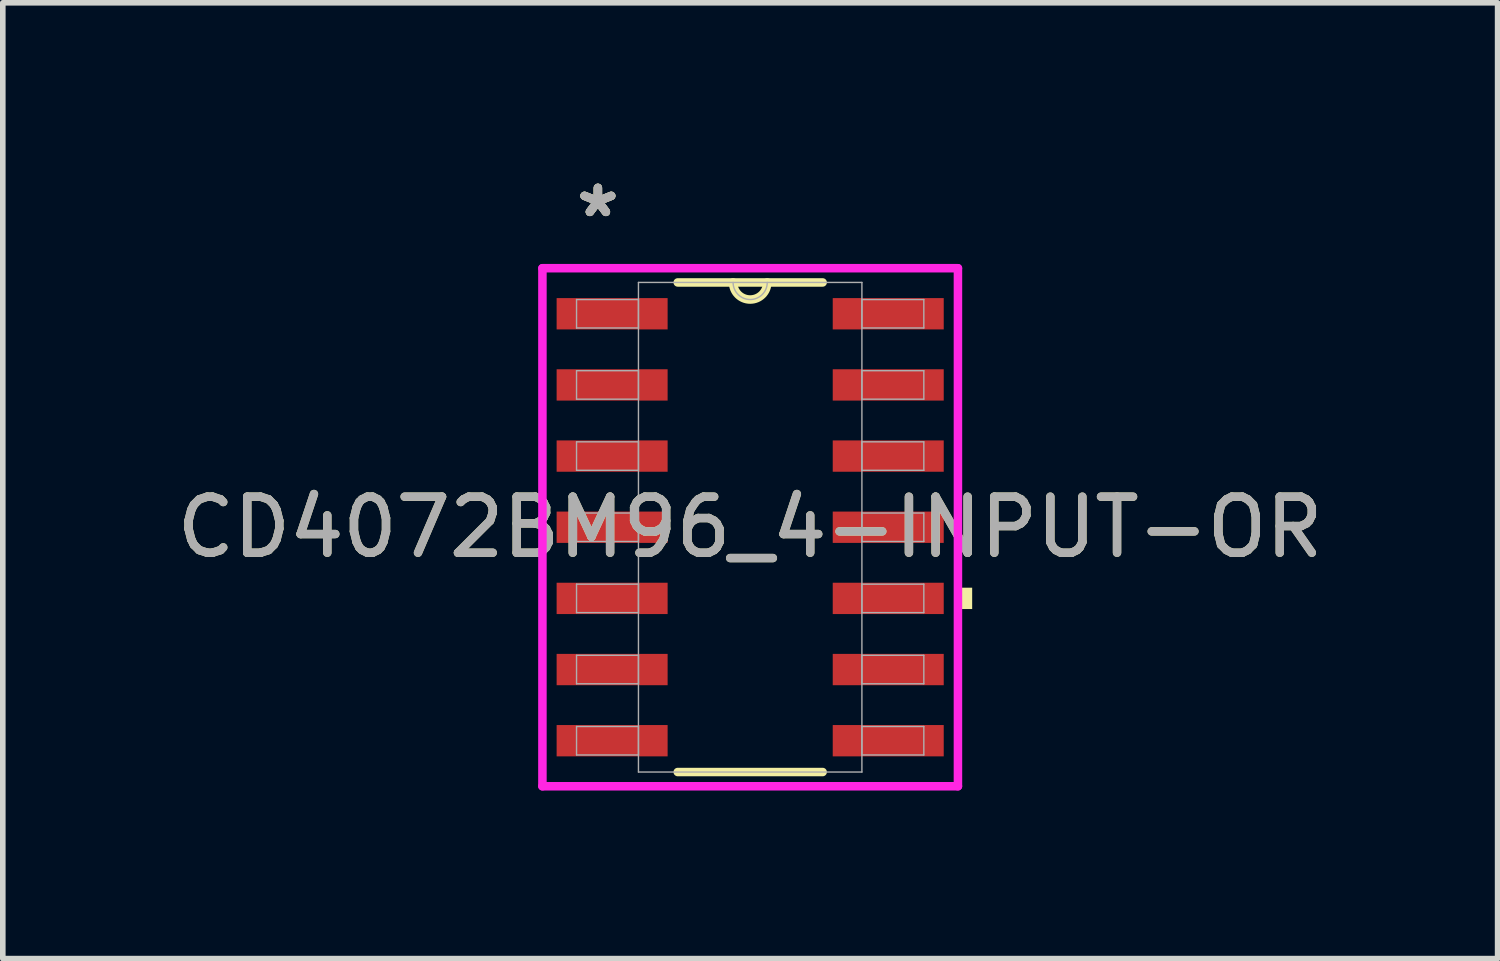
<source format=kicad_pcb>
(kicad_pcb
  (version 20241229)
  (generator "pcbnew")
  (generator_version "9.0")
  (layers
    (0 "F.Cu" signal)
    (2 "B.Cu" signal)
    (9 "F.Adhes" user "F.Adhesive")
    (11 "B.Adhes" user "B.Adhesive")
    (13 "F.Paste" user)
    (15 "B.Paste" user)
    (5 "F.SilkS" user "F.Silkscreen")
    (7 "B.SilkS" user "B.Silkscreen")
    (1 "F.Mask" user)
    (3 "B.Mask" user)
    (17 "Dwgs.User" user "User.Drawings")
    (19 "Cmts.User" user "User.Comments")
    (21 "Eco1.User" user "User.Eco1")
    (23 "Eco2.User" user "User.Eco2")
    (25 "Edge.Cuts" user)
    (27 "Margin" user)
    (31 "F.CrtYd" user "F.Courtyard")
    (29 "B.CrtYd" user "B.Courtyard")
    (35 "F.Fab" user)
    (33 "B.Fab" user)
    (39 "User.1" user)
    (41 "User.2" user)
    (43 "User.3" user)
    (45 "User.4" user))
  (footprint "CD4072BM96_4-INPUT-OR"
    (layer "F.Cu")
    (at 10.339 6.36)
    (property "Reference" "CD4072BM96_4-INPUT-OR" (at 0 0 0) (unlocked yes) (layer "F.SilkS") (effects (font (size 1 1) (thickness 0.15))))
    (attr smd)
    (fp_line (start -1.293 4.369) (end 1.293 4.369) (stroke (width 0.152) (type solid)) (layer "F.SilkS"))
    (fp_line (start 1.293 -4.369) (end -1.293 -4.369) (stroke (width 0.152) (type solid)) (layer "F.SilkS"))
    (fp_arc (start 0.3048 -4.3688) (mid 0 -4.064) (end -0.3048 -4.3688) (stroke (width 0.1524) (type solid)) (layer "F.SilkS"))
    (fp_poly (pts (xy 3.962 1.079) (xy 3.962 1.46) (xy 3.708 1.46) (xy 3.708 1.079)) (stroke (width 0) (type solid)) (fill yes) (layer "F.SilkS"))
    (fp_line (start -3.708 -4.623) (end 3.708 -4.623) (stroke (width 0.152) (type solid)) (layer "F.CrtYd"))
    (fp_line (start -3.708 4.623) (end -3.708 -4.623) (stroke (width 0.152) (type solid)) (layer "F.CrtYd"))
    (fp_line (start 3.708 -4.623) (end 3.708 4.623) (stroke (width 0.152) (type solid)) (layer "F.CrtYd"))
    (fp_line (start 3.708 4.623) (end -3.708 4.623) (stroke (width 0.152) (type solid)) (layer "F.CrtYd"))
    (fp_line (start -3.099 -4.064) (end -3.099 -3.556) (stroke (width 0.025) (type solid)) (layer "F.Fab"))
    (fp_line (start -3.099 -3.556) (end -1.994 -3.556) (stroke (width 0.025) (type solid)) (layer "F.Fab"))
    (fp_line (start -3.099 -2.794) (end -3.099 -2.286) (stroke (width 0.025) (type solid)) (layer "F.Fab"))
    (fp_line (start -3.099 -2.286) (end -1.994 -2.286) (stroke (width 0.025) (type solid)) (layer "F.Fab"))
    (fp_line (start -3.099 -1.524) (end -3.099 -1.016) (stroke (width 0.025) (type solid)) (layer "F.Fab"))
    (fp_line (start -3.099 -1.016) (end -1.994 -1.016) (stroke (width 0.025) (type solid)) (layer "F.Fab"))
    (fp_line (start -3.099 -0.254) (end -3.099 0.254) (stroke (width 0.025) (type solid)) (layer "F.Fab"))
    (fp_line (start -3.099 0.254) (end -1.994 0.254) (stroke (width 0.025) (type solid)) (layer "F.Fab"))
    (fp_line (start -3.099 1.016) (end -3.099 1.524) (stroke (width 0.025) (type solid)) (layer "F.Fab"))
    (fp_line (start -3.099 1.524) (end -1.994 1.524) (stroke (width 0.025) (type solid)) (layer "F.Fab"))
    (fp_line (start -3.099 2.286) (end -3.099 2.794) (stroke (width 0.025) (type solid)) (layer "F.Fab"))
    (fp_line (start -3.099 2.794) (end -1.994 2.794) (stroke (width 0.025) (type solid)) (layer "F.Fab"))
    (fp_line (start -3.099 3.556) (end -3.099 4.064) (stroke (width 0.025) (type solid)) (layer "F.Fab"))
    (fp_line (start -3.099 4.064) (end -1.994 4.064) (stroke (width 0.025) (type solid)) (layer "F.Fab"))
    (fp_line (start -1.994 -4.369) (end -1.994 4.369) (stroke (width 0.025) (type solid)) (layer "F.Fab"))
    (fp_line (start -1.994 -4.064) (end -3.099 -4.064) (stroke (width 0.025) (type solid)) (layer "F.Fab"))
    (fp_line (start -1.994 -3.556) (end -1.994 -4.064) (stroke (width 0.025) (type solid)) (layer "F.Fab"))
    (fp_line (start -1.994 -2.794) (end -3.099 -2.794) (stroke (width 0.025) (type solid)) (layer "F.Fab"))
    (fp_line (start -1.994 -2.286) (end -1.994 -2.794) (stroke (width 0.025) (type solid)) (layer "F.Fab"))
    (fp_line (start -1.994 -1.524) (end -3.099 -1.524) (stroke (width 0.025) (type solid)) (layer "F.Fab"))
    (fp_line (start -1.994 -1.016) (end -1.994 -1.524) (stroke (width 0.025) (type solid)) (layer "F.Fab"))
    (fp_line (start -1.994 -0.254) (end -3.099 -0.254) (stroke (width 0.025) (type solid)) (layer "F.Fab"))
    (fp_line (start -1.994 0.254) (end -1.994 -0.254) (stroke (width 0.025) (type solid)) (layer "F.Fab"))
    (fp_line (start -1.994 1.016) (end -3.099 1.016) (stroke (width 0.025) (type solid)) (layer "F.Fab"))
    (fp_line (start -1.994 1.524) (end -1.994 1.016) (stroke (width 0.025) (type solid)) (layer "F.Fab"))
    (fp_line (start -1.994 2.286) (end -3.099 2.286) (stroke (width 0.025) (type solid)) (layer "F.Fab"))
    (fp_line (start -1.994 2.794) (end -1.994 2.286) (stroke (width 0.025) (type solid)) (layer "F.Fab"))
    (fp_line (start -1.994 3.556) (end -3.099 3.556) (stroke (width 0.025) (type solid)) (layer "F.Fab"))
    (fp_line (start -1.994 4.064) (end -1.994 3.556) (stroke (width 0.025) (type solid)) (layer "F.Fab"))
    (fp_line (start -1.994 4.369) (end 1.994 4.369) (stroke (width 0.025) (type solid)) (layer "F.Fab"))
    (fp_line (start 1.994 -4.369) (end -1.994 -4.369) (stroke (width 0.025) (type solid)) (layer "F.Fab"))
    (fp_line (start 1.994 -4.064) (end 1.994 -3.556) (stroke (width 0.025) (type solid)) (layer "F.Fab"))
    (fp_line (start 1.994 -3.556) (end 3.099 -3.556) (stroke (width 0.025) (type solid)) (layer "F.Fab"))
    (fp_line (start 1.994 -2.794) (end 1.994 -2.286) (stroke (width 0.025) (type solid)) (layer "F.Fab"))
    (fp_line (start 1.994 -2.286) (end 3.099 -2.286) (stroke (width 0.025) (type solid)) (layer "F.Fab"))
    (fp_line (start 1.994 -1.524) (end 1.994 -1.016) (stroke (width 0.025) (type solid)) (layer "F.Fab"))
    (fp_line (start 1.994 -1.016) (end 3.099 -1.016) (stroke (width 0.025) (type solid)) (layer "F.Fab"))
    (fp_line (start 1.994 -0.254) (end 1.994 0.254) (stroke (width 0.025) (type solid)) (layer "F.Fab"))
    (fp_line (start 1.994 0.254) (end 3.099 0.254) (stroke (width 0.025) (type solid)) (layer "F.Fab"))
    (fp_line (start 1.994 1.016) (end 1.994 1.524) (stroke (width 0.025) (type solid)) (layer "F.Fab"))
    (fp_line (start 1.994 1.524) (end 3.099 1.524) (stroke (width 0.025) (type solid)) (layer "F.Fab"))
    (fp_line (start 1.994 2.286) (end 1.994 2.794) (stroke (width 0.025) (type solid)) (layer "F.Fab"))
    (fp_line (start 1.994 2.794) (end 3.099 2.794) (stroke (width 0.025) (type solid)) (layer "F.Fab"))
    (fp_line (start 1.994 3.556) (end 1.994 4.064) (stroke (width 0.025) (type solid)) (layer "F.Fab"))
    (fp_line (start 1.994 4.064) (end 3.099 4.064) (stroke (width 0.025) (type solid)) (layer "F.Fab"))
    (fp_line (start 1.994 4.369) (end 1.994 -4.369) (stroke (width 0.025) (type solid)) (layer "F.Fab"))
    (fp_line (start 3.099 -4.064) (end 1.994 -4.064) (stroke (width 0.025) (type solid)) (layer "F.Fab"))
    (fp_line (start 3.099 -3.556) (end 3.099 -4.064) (stroke (width 0.025) (type solid)) (layer "F.Fab"))
    (fp_line (start 3.099 -2.794) (end 1.994 -2.794) (stroke (width 0.025) (type solid)) (layer "F.Fab"))
    (fp_line (start 3.099 -2.286) (end 3.099 -2.794) (stroke (width 0.025) (type solid)) (layer "F.Fab"))
    (fp_line (start 3.099 -1.524) (end 1.994 -1.524) (stroke (width 0.025) (type solid)) (layer "F.Fab"))
    (fp_line (start 3.099 -1.016) (end 3.099 -1.524) (stroke (width 0.025) (type solid)) (layer "F.Fab"))
    (fp_line (start 3.099 -0.254) (end 1.994 -0.254) (stroke (width 0.025) (type solid)) (layer "F.Fab"))
    (fp_line (start 3.099 0.254) (end 3.099 -0.254) (stroke (width 0.025) (type solid)) (layer "F.Fab"))
    (fp_line (start 3.099 1.016) (end 1.994 1.016) (stroke (width 0.025) (type solid)) (layer "F.Fab"))
    (fp_line (start 3.099 1.524) (end 3.099 1.016) (stroke (width 0.025) (type solid)) (layer "F.Fab"))
    (fp_line (start 3.099 2.286) (end 1.994 2.286) (stroke (width 0.025) (type solid)) (layer "F.Fab"))
    (fp_line (start 3.099 2.794) (end 3.099 2.286) (stroke (width 0.025) (type solid)) (layer "F.Fab"))
    (fp_line (start 3.099 3.556) (end 1.994 3.556) (stroke (width 0.025) (type solid)) (layer "F.Fab"))
    (fp_line (start 3.099 4.064) (end 3.099 3.556) (stroke (width 0.025) (type solid)) (layer "F.Fab"))
    (fp_arc (start 0.3048 -4.3688) (mid 0 -4.064) (end -0.3048 -4.3688) (stroke (width 0.0254) (type solid)) (layer "F.Fab"))
    (fp_text user "*" (at -2.718 -5.512 0) (layer "F.SilkS") (effects (font (size 1 1) (thickness 0.15))))
    (fp_text user "*" (at -2.718 -5.512 0) (unlocked yes) (layer "F.SilkS") (effects (font (size 1 1) (thickness 0.15))))
    (fp_text user "*" (at -2.718 -5.512 0) (layer "F.Fab") (effects (font (size 1 1) (thickness 0.15))))
    (fp_text user "*" (at -2.718 -5.512 0) (unlocked yes) (layer "F.Fab") (effects (font (size 1 1) (thickness 0.15))))
    (fp_text user "${REFERENCE}" (at 0 0 0) (unlocked yes) (layer "F.Fab") (effects (font (size 1 1) (thickness 0.15))))
    (pad "1" smd rect (at -2.464 -3.81) (size 1.981 0.559) (layers "F.Cu" "F.Mask" "F.Paste"))
    (pad "2" smd rect (at -2.464 -2.54) (size 1.981 0.559) (layers "F.Cu" "F.Mask" "F.Paste"))
    (pad "3" smd rect (at -2.464 -1.27) (size 1.981 0.559) (layers "F.Cu" "F.Mask" "F.Paste"))
    (pad "4" smd rect (at -2.464 0) (size 1.981 0.559) (layers "F.Cu" "F.Mask" "F.Paste"))
    (pad "5" smd rect (at -2.464 1.27) (size 1.981 0.559) (layers "F.Cu" "F.Mask" "F.Paste"))
    (pad "6" smd rect (at -2.464 2.54) (size 1.981 0.559) (layers "F.Cu" "F.Mask" "F.Paste"))
    (pad "7" smd rect (at -2.464 3.81) (size 1.981 0.559) (layers "F.Cu" "F.Mask" "F.Paste"))
    (pad "8" smd rect (at 2.464 3.81) (size 1.981 0.559) (layers "F.Cu" "F.Mask" "F.Paste"))
    (pad "9" smd rect (at 2.464 2.54) (size 1.981 0.559) (layers "F.Cu" "F.Mask" "F.Paste"))
    (pad "10" smd rect (at 2.464 1.27) (size 1.981 0.559) (layers "F.Cu" "F.Mask" "F.Paste"))
    (pad "11" smd rect (at 2.464 0) (size 1.981 0.559) (layers "F.Cu" "F.Mask" "F.Paste"))
    (pad "12" smd rect (at 2.464 -1.27) (size 1.981 0.559) (layers "F.Cu" "F.Mask" "F.Paste"))
    (pad "13" smd rect (at 2.464 -2.54) (size 1.981 0.559) (layers "F.Cu" "F.Mask" "F.Paste"))
    (pad "14" smd rect (at 2.464 -3.81) (size 1.981 0.559) (layers "F.Cu" "F.Mask" "F.Paste")))
  (gr_rect
    (start -3 -3)
    (end 23.679 14.059)
    (stroke (width 0.1) (type default))
    (fill no)
    (layer "Edge.Cuts")))
</source>
